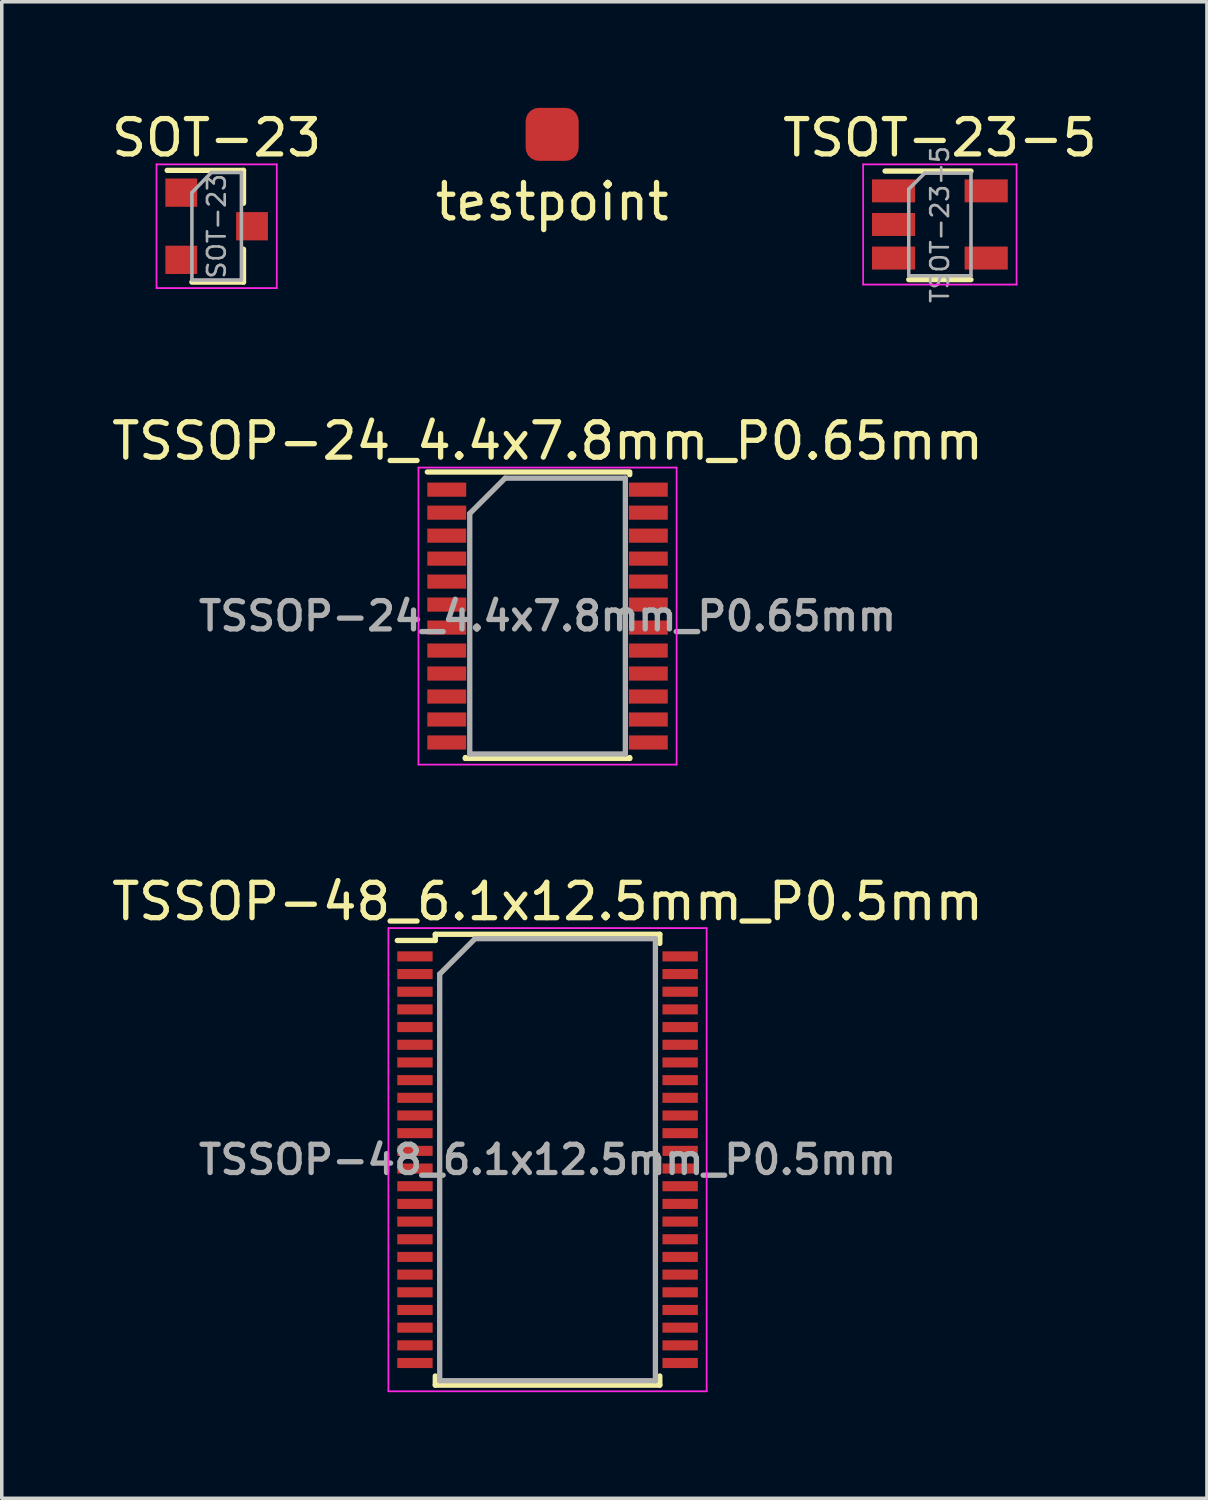
<source format=kicad_pcb>
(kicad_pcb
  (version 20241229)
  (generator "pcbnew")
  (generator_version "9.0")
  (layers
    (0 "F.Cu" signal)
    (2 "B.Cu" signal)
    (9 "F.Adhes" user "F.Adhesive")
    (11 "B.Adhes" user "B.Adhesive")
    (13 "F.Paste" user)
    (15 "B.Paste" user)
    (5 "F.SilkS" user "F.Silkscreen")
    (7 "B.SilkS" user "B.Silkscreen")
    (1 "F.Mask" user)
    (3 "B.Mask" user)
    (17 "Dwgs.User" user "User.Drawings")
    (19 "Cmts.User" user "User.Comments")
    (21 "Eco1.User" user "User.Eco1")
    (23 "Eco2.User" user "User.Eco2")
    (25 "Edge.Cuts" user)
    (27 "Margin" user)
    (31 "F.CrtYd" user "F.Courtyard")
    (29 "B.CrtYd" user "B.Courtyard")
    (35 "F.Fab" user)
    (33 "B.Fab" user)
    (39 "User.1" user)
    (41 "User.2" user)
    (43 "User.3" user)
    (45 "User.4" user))
  (footprint "TSSOP-24_4.4x7.8mm_P0.65mm"
    (layer "F.Cu")
    (at 12.435 14.373)
    (property "Reference" "TSSOP-24_4.4x7.8mm_P0.65mm" (at 0 -4.95 0) (layer "F.SilkS") (effects (font (size 1 1) (thickness 0.15))))
    (attr smd)
    (fp_line (start -3.4 -4.075) (end 2.325 -4.075) (stroke (width 0.15) (type solid)) (layer "F.SilkS"))
    (fp_line (start -2.325 4.025) (end -2.325 4) (stroke (width 0.15) (type solid)) (layer "F.SilkS"))
    (fp_line (start -2.325 4.025) (end 2.325 4.025) (stroke (width 0.15) (type solid)) (layer "F.SilkS"))
    (fp_line (start 2.325 -4.025) (end 2.325 -4) (stroke (width 0.15) (type solid)) (layer "F.SilkS"))
    (fp_line (start 2.325 4.025) (end 2.325 4) (stroke (width 0.15) (type solid)) (layer "F.SilkS"))
    (fp_line (start -3.65 -4.2) (end -3.65 4.2) (stroke (width 0.05) (type solid)) (layer "F.CrtYd"))
    (fp_line (start -3.65 -4.2) (end 3.65 -4.2) (stroke (width 0.05) (type solid)) (layer "F.CrtYd"))
    (fp_line (start -3.65 4.2) (end 3.65 4.2) (stroke (width 0.05) (type solid)) (layer "F.CrtYd"))
    (fp_line (start 3.65 -4.2) (end 3.65 4.2) (stroke (width 0.05) (type solid)) (layer "F.CrtYd"))
    (fp_line (start -2.2 -2.9) (end -1.2 -3.9) (stroke (width 0.15) (type solid)) (layer "F.Fab"))
    (fp_line (start -2.2 3.9) (end -2.2 -2.9) (stroke (width 0.15) (type solid)) (layer "F.Fab"))
    (fp_line (start -1.2 -3.9) (end 2.2 -3.9) (stroke (width 0.15) (type solid)) (layer "F.Fab"))
    (fp_line (start 2.2 -3.9) (end 2.2 3.9) (stroke (width 0.15) (type solid)) (layer "F.Fab"))
    (fp_line (start 2.2 3.9) (end -2.2 3.9) (stroke (width 0.15) (type solid)) (layer "F.Fab"))
    (fp_text user "${REFERENCE}" (at 0 0 0) (layer "F.Fab") (effects (font (size 0.8 0.8) (thickness 0.15))))
    (pad "1" smd rect (at -2.85 -3.575) (size 1.1 0.4) (layers "F.Cu" "F.Mask" "F.Paste"))
    (pad "2" smd rect (at -2.85 -2.925) (size 1.1 0.4) (layers "F.Cu" "F.Mask" "F.Paste"))
    (pad "3" smd rect (at -2.85 -2.275) (size 1.1 0.4) (layers "F.Cu" "F.Mask" "F.Paste"))
    (pad "4" smd rect (at -2.85 -1.625) (size 1.1 0.4) (layers "F.Cu" "F.Mask" "F.Paste"))
    (pad "5" smd rect (at -2.85 -0.975) (size 1.1 0.4) (layers "F.Cu" "F.Mask" "F.Paste"))
    (pad "6" smd rect (at -2.85 -0.325) (size 1.1 0.4) (layers "F.Cu" "F.Mask" "F.Paste"))
    (pad "7" smd rect (at -2.85 0.325) (size 1.1 0.4) (layers "F.Cu" "F.Mask" "F.Paste"))
    (pad "8" smd rect (at -2.85 0.975) (size 1.1 0.4) (layers "F.Cu" "F.Mask" "F.Paste"))
    (pad "9" smd rect (at -2.85 1.625) (size 1.1 0.4) (layers "F.Cu" "F.Mask" "F.Paste"))
    (pad "10" smd rect (at -2.85 2.275) (size 1.1 0.4) (layers "F.Cu" "F.Mask" "F.Paste"))
    (pad "11" smd rect (at -2.85 2.925) (size 1.1 0.4) (layers "F.Cu" "F.Mask" "F.Paste"))
    (pad "12" smd rect (at -2.85 3.575) (size 1.1 0.4) (layers "F.Cu" "F.Mask" "F.Paste"))
    (pad "13" smd rect (at 2.85 3.575) (size 1.1 0.4) (layers "F.Cu" "F.Mask" "F.Paste"))
    (pad "14" smd rect (at 2.85 2.925) (size 1.1 0.4) (layers "F.Cu" "F.Mask" "F.Paste"))
    (pad "15" smd rect (at 2.85 2.275) (size 1.1 0.4) (layers "F.Cu" "F.Mask" "F.Paste"))
    (pad "16" smd rect (at 2.85 1.625) (size 1.1 0.4) (layers "F.Cu" "F.Mask" "F.Paste"))
    (pad "17" smd rect (at 2.85 0.975) (size 1.1 0.4) (layers "F.Cu" "F.Mask" "F.Paste"))
    (pad "18" smd rect (at 2.85 0.325) (size 1.1 0.4) (layers "F.Cu" "F.Mask" "F.Paste"))
    (pad "19" smd rect (at 2.85 -0.325) (size 1.1 0.4) (layers "F.Cu" "F.Mask" "F.Paste"))
    (pad "20" smd rect (at 2.85 -0.975) (size 1.1 0.4) (layers "F.Cu" "F.Mask" "F.Paste"))
    (pad "21" smd rect (at 2.85 -1.625) (size 1.1 0.4) (layers "F.Cu" "F.Mask" "F.Paste"))
    (pad "22" smd rect (at 2.85 -2.275) (size 1.1 0.4) (layers "F.Cu" "F.Mask" "F.Paste"))
    (pad "23" smd rect (at 2.85 -2.925) (size 1.1 0.4) (layers "F.Cu" "F.Mask" "F.Paste"))
    (pad "24" smd rect (at 2.85 -3.575) (size 1.1 0.4) (layers "F.Cu" "F.Mask" "F.Paste")))
  (footprint "TSSOP-48_6.1x12.5mm_P0.5mm"
    (layer "F.Cu")
    (at 12.435 29.747)
    (property "Reference" "TSSOP-48_6.1x12.5mm_P0.5mm" (at 0 -7.3 0) (layer "F.SilkS") (effects (font (size 1 1) (thickness 0.15))))
    (attr smd)
    (fp_line (start -3.175 -6.375) (end -3.175 -6.2) (stroke (width 0.15) (type solid)) (layer "F.SilkS"))
    (fp_line (start -3.175 -6.375) (end 3.175 -6.375) (stroke (width 0.15) (type solid)) (layer "F.SilkS"))
    (fp_line (start -3.175 -6.2) (end -4.25 -6.2) (stroke (width 0.15) (type solid)) (layer "F.SilkS"))
    (fp_line (start -3.175 6.375) (end -3.175 6.117) (stroke (width 0.15) (type solid)) (layer "F.SilkS"))
    (fp_line (start -3.175 6.375) (end 3.175 6.375) (stroke (width 0.15) (type solid)) (layer "F.SilkS"))
    (fp_line (start 3.175 -6.375) (end 3.175 -6.117) (stroke (width 0.15) (type solid)) (layer "F.SilkS"))
    (fp_line (start 3.175 6.375) (end 3.175 6.117) (stroke (width 0.15) (type solid)) (layer "F.SilkS"))
    (fp_line (start -4.5 -6.55) (end -4.5 6.55) (stroke (width 0.05) (type solid)) (layer "F.CrtYd"))
    (fp_line (start -4.5 -6.55) (end 4.5 -6.55) (stroke (width 0.05) (type solid)) (layer "F.CrtYd"))
    (fp_line (start -4.5 6.55) (end 4.5 6.55) (stroke (width 0.05) (type solid)) (layer "F.CrtYd"))
    (fp_line (start 4.5 -6.55) (end 4.5 6.55) (stroke (width 0.05) (type solid)) (layer "F.CrtYd"))
    (fp_line (start -3.05 -5.25) (end -2.05 -6.25) (stroke (width 0.15) (type solid)) (layer "F.Fab"))
    (fp_line (start -3.05 6.25) (end -3.05 -5.25) (stroke (width 0.15) (type solid)) (layer "F.Fab"))
    (fp_line (start -2.05 -6.25) (end 3.05 -6.25) (stroke (width 0.15) (type solid)) (layer "F.Fab"))
    (fp_line (start 3.05 -6.25) (end 3.05 6.25) (stroke (width 0.15) (type solid)) (layer "F.Fab"))
    (fp_line (start 3.05 6.25) (end -3.05 6.25) (stroke (width 0.15) (type solid)) (layer "F.Fab"))
    (fp_text user "${REFERENCE}" (at 0 0 0) (layer "F.Fab") (effects (font (size 0.8 0.8) (thickness 0.15))))
    (pad "1" smd rect (at -3.75 -5.75) (size 1 0.285) (layers "F.Cu" "F.Mask" "F.Paste"))
    (pad "2" smd rect (at -3.75 -5.25) (size 1 0.285) (layers "F.Cu" "F.Mask" "F.Paste"))
    (pad "3" smd rect (at -3.75 -4.75) (size 1 0.285) (layers "F.Cu" "F.Mask" "F.Paste"))
    (pad "4" smd rect (at -3.75 -4.25) (size 1 0.285) (layers "F.Cu" "F.Mask" "F.Paste"))
    (pad "5" smd rect (at -3.75 -3.75) (size 1 0.285) (layers "F.Cu" "F.Mask" "F.Paste"))
    (pad "6" smd rect (at -3.75 -3.25) (size 1 0.285) (layers "F.Cu" "F.Mask" "F.Paste"))
    (pad "7" smd rect (at -3.75 -2.75) (size 1 0.285) (layers "F.Cu" "F.Mask" "F.Paste"))
    (pad "8" smd rect (at -3.75 -2.25) (size 1 0.285) (layers "F.Cu" "F.Mask" "F.Paste"))
    (pad "9" smd rect (at -3.75 -1.75) (size 1 0.285) (layers "F.Cu" "F.Mask" "F.Paste"))
    (pad "10" smd rect (at -3.75 -1.25) (size 1 0.285) (layers "F.Cu" "F.Mask" "F.Paste"))
    (pad "11" smd rect (at -3.75 -0.75) (size 1 0.285) (layers "F.Cu" "F.Mask" "F.Paste"))
    (pad "12" smd rect (at -3.75 -0.25) (size 1 0.285) (layers "F.Cu" "F.Mask" "F.Paste"))
    (pad "13" smd rect (at -3.75 0.25) (size 1 0.285) (layers "F.Cu" "F.Mask" "F.Paste"))
    (pad "14" smd rect (at -3.75 0.75) (size 1 0.285) (layers "F.Cu" "F.Mask" "F.Paste"))
    (pad "15" smd rect (at -3.75 1.25) (size 1 0.285) (layers "F.Cu" "F.Mask" "F.Paste"))
    (pad "16" smd rect (at -3.75 1.75) (size 1 0.285) (layers "F.Cu" "F.Mask" "F.Paste"))
    (pad "17" smd rect (at -3.75 2.25) (size 1 0.285) (layers "F.Cu" "F.Mask" "F.Paste"))
    (pad "18" smd rect (at -3.75 2.75) (size 1 0.285) (layers "F.Cu" "F.Mask" "F.Paste"))
    (pad "19" smd rect (at -3.75 3.25) (size 1 0.285) (layers "F.Cu" "F.Mask" "F.Paste"))
    (pad "20" smd rect (at -3.75 3.75) (size 1 0.285) (layers "F.Cu" "F.Mask" "F.Paste"))
    (pad "21" smd rect (at -3.75 4.25) (size 1 0.285) (layers "F.Cu" "F.Mask" "F.Paste"))
    (pad "22" smd rect (at -3.75 4.75) (size 1 0.285) (layers "F.Cu" "F.Mask" "F.Paste"))
    (pad "23" smd rect (at -3.75 5.25) (size 1 0.285) (layers "F.Cu" "F.Mask" "F.Paste"))
    (pad "24" smd rect (at -3.75 5.75) (size 1 0.285) (layers "F.Cu" "F.Mask" "F.Paste"))
    (pad "25" smd rect (at 3.75 5.75) (size 1 0.285) (layers "F.Cu" "F.Mask" "F.Paste"))
    (pad "26" smd rect (at 3.75 5.25) (size 1 0.285) (layers "F.Cu" "F.Mask" "F.Paste"))
    (pad "27" smd rect (at 3.75 4.75) (size 1 0.285) (layers "F.Cu" "F.Mask" "F.Paste"))
    (pad "28" smd rect (at 3.75 4.25) (size 1 0.285) (layers "F.Cu" "F.Mask" "F.Paste"))
    (pad "29" smd rect (at 3.75 3.75) (size 1 0.285) (layers "F.Cu" "F.Mask" "F.Paste"))
    (pad "30" smd rect (at 3.75 3.25) (size 1 0.285) (layers "F.Cu" "F.Mask" "F.Paste"))
    (pad "31" smd rect (at 3.75 2.75) (size 1 0.285) (layers "F.Cu" "F.Mask" "F.Paste"))
    (pad "32" smd rect (at 3.75 2.25) (size 1 0.285) (layers "F.Cu" "F.Mask" "F.Paste"))
    (pad "33" smd rect (at 3.75 1.75) (size 1 0.285) (layers "F.Cu" "F.Mask" "F.Paste"))
    (pad "34" smd rect (at 3.75 1.25) (size 1 0.285) (layers "F.Cu" "F.Mask" "F.Paste"))
    (pad "35" smd rect (at 3.75 0.75) (size 1 0.285) (layers "F.Cu" "F.Mask" "F.Paste"))
    (pad "36" smd rect (at 3.75 0.25) (size 1 0.285) (layers "F.Cu" "F.Mask" "F.Paste"))
    (pad "37" smd rect (at 3.75 -0.25) (size 1 0.285) (layers "F.Cu" "F.Mask" "F.Paste"))
    (pad "38" smd rect (at 3.75 -0.75) (size 1 0.285) (layers "F.Cu" "F.Mask" "F.Paste"))
    (pad "39" smd rect (at 3.75 -1.25) (size 1 0.285) (layers "F.Cu" "F.Mask" "F.Paste"))
    (pad "40" smd rect (at 3.75 -1.75) (size 1 0.285) (layers "F.Cu" "F.Mask" "F.Paste"))
    (pad "41" smd rect (at 3.75 -2.25) (size 1 0.285) (layers "F.Cu" "F.Mask" "F.Paste"))
    (pad "42" smd rect (at 3.75 -2.75) (size 1 0.285) (layers "F.Cu" "F.Mask" "F.Paste"))
    (pad "43" smd rect (at 3.75 -3.25) (size 1 0.285) (layers "F.Cu" "F.Mask" "F.Paste"))
    (pad "44" smd rect (at 3.75 -3.75) (size 1 0.285) (layers "F.Cu" "F.Mask" "F.Paste"))
    (pad "45" smd rect (at 3.75 -4.25) (size 1 0.285) (layers "F.Cu" "F.Mask" "F.Paste"))
    (pad "46" smd rect (at 3.75 -4.75) (size 1 0.285) (layers "F.Cu" "F.Mask" "F.Paste"))
    (pad "47" smd rect (at 3.75 -5.25) (size 1 0.285) (layers "F.Cu" "F.Mask" "F.Paste"))
    (pad "48" smd rect (at 3.75 -5.75) (size 1 0.285) (layers "F.Cu" "F.Mask" "F.Paste")))
  (footprint "TSOT-23-5"
    (layer "F.Cu")
    (at 23.53 3.298)
    (property "Reference" "TSOT-23-5" (at 0 -2.45 0) (layer "F.SilkS") (effects (font (size 1 1) (thickness 0.15))))
    (attr smd)
    (fp_line (start -0.88 1.56) (end 0.88 1.56) (stroke (width 0.15) (type solid)) (layer "F.SilkS"))
    (fp_line (start 0.88 -1.51) (end -1.55 -1.51) (stroke (width 0.15) (type solid)) (layer "F.SilkS"))
    (fp_line (start -2.17 -1.7) (end -2.17 1.7) (stroke (width 0.05) (type solid)) (layer "F.CrtYd"))
    (fp_line (start -2.17 -1.7) (end 2.17 -1.7) (stroke (width 0.05) (type solid)) (layer "F.CrtYd"))
    (fp_line (start 2.17 1.7) (end -2.17 1.7) (stroke (width 0.05) (type solid)) (layer "F.CrtYd"))
    (fp_line (start 2.17 1.7) (end 2.17 -1.7) (stroke (width 0.05) (type solid)) (layer "F.CrtYd"))
    (fp_line (start -0.88 -1) (end -0.88 1.45) (stroke (width 0.1) (type solid)) (layer "F.Fab"))
    (fp_line (start -0.88 -1) (end -0.43 -1.45) (stroke (width 0.1) (type solid)) (layer "F.Fab"))
    (fp_line (start 0.88 -1.45) (end -0.43 -1.45) (stroke (width 0.1) (type solid)) (layer "F.Fab"))
    (fp_line (start 0.88 -1.45) (end 0.88 1.45) (stroke (width 0.1) (type solid)) (layer "F.Fab"))
    (fp_line (start 0.88 1.45) (end -0.88 1.45) (stroke (width 0.1) (type solid)) (layer "F.Fab"))
    (fp_text user "${REFERENCE}" (at 0 0 90) (layer "F.Fab") (effects (font (size 0.5 0.5) (thickness 0.075))))
    (pad "1" smd rect (at -1.31 -0.95) (size 1.22 0.65) (layers "F.Cu" "F.Mask" "F.Paste"))
    (pad "2" smd rect (at -1.31 0) (size 1.22 0.65) (layers "F.Cu" "F.Mask" "F.Paste"))
    (pad "3" smd rect (at -1.31 0.95) (size 1.22 0.65) (layers "F.Cu" "F.Mask" "F.Paste"))
    (pad "4" smd rect (at 1.31 0.95) (size 1.22 0.65) (layers "F.Cu" "F.Mask" "F.Paste"))
    (pad "5" smd rect (at 1.31 -0.95) (size 1.22 0.65) (layers "F.Cu" "F.Mask" "F.Paste")))
  (footprint "SOT-23"
    (layer "F.Cu")
    (at 3.077 3.348)
    (property "Reference" "SOT-23" (at 0 -2.5 180) (layer "F.SilkS") (effects (font (size 1 1) (thickness 0.15))))
    (attr smd)
    (fp_line (start 0.76 -1.58) (end -1.4 -1.58) (stroke (width 0.15) (type solid)) (layer "F.SilkS"))
    (fp_line (start 0.76 -1.58) (end 0.76 -0.65) (stroke (width 0.15) (type solid)) (layer "F.SilkS"))
    (fp_line (start 0.76 1.58) (end -0.7 1.58) (stroke (width 0.15) (type solid)) (layer "F.SilkS"))
    (fp_line (start 0.76 1.58) (end 0.76 0.65) (stroke (width 0.15) (type solid)) (layer "F.SilkS"))
    (fp_line (start -1.7 -1.75) (end 1.7 -1.75) (stroke (width 0.05) (type solid)) (layer "F.CrtYd"))
    (fp_line (start -1.7 1.75) (end -1.7 -1.75) (stroke (width 0.05) (type solid)) (layer "F.CrtYd"))
    (fp_line (start 1.7 -1.75) (end 1.7 1.75) (stroke (width 0.05) (type solid)) (layer "F.CrtYd"))
    (fp_line (start 1.7 1.75) (end -1.7 1.75) (stroke (width 0.05) (type solid)) (layer "F.CrtYd"))
    (fp_line (start -0.7 -0.95) (end -0.7 1.5) (stroke (width 0.1) (type solid)) (layer "F.Fab"))
    (fp_line (start -0.7 -0.95) (end -0.15 -1.52) (stroke (width 0.1) (type solid)) (layer "F.Fab"))
    (fp_line (start -0.7 1.52) (end 0.7 1.52) (stroke (width 0.1) (type solid)) (layer "F.Fab"))
    (fp_line (start -0.15 -1.52) (end 0.7 -1.52) (stroke (width 0.1) (type solid)) (layer "F.Fab"))
    (fp_line (start 0.7 -1.52) (end 0.7 1.52) (stroke (width 0.1) (type solid)) (layer "F.Fab"))
    (fp_text user "${REFERENCE}" (at 0 0 270) (layer "F.Fab") (effects (font (size 0.5 0.5) (thickness 0.075))))
    (pad "1" smd rect (at -1 -0.95) (size 0.9 0.8) (layers "F.Cu" "F.Mask" "F.Paste"))
    (pad "2" smd rect (at -1 0.95) (size 0.9 0.8) (layers "F.Cu" "F.Mask" "F.Paste"))
    (pad "3" smd rect (at 1 0) (size 0.9 0.8) (layers "F.Cu" "F.Mask" "F.Paste")))
  (footprint "testpoint"
    (layer "F.Cu")
    (at 12.565 0.75)
    (property "Reference" "testpoint" (at 0 1.905 0) (layer "F.SilkS") (effects (font (size 1 1) (thickness 0.15))))
    (attr through_hole)
    (pad "1" smd roundrect (at 0 0) (size 1.5 1.5) (layers "F.Cu" "F.Mask" "F.Paste") (roundrect_rratio 0.25)))
  (gr_rect
    (start -3 -3)
    (end 31.083 39.322)
    (stroke (width 0.1) (type default))
    (fill no)
    (layer "Edge.Cuts")))
</source>
